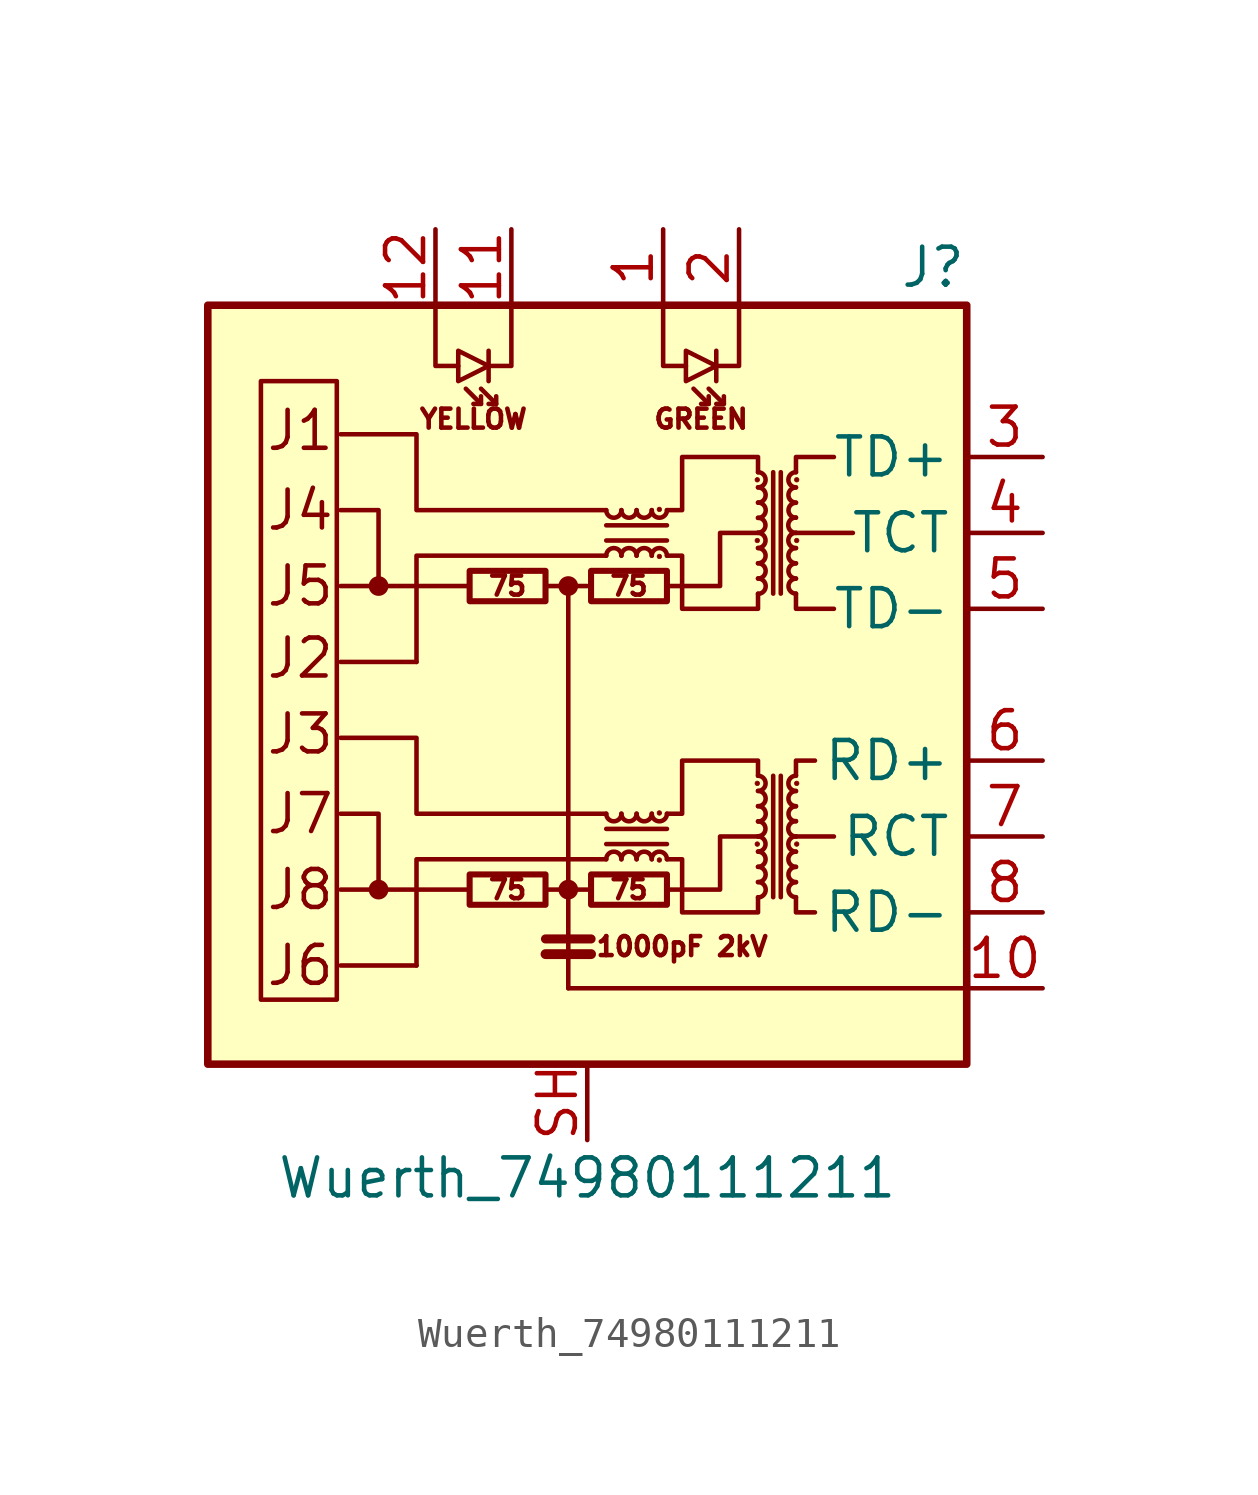
<source format=kicad_sym>
(kicad_symbol_lib
  (version 20220914)
  (generator kicad_symbol_editor)
  (symbol "Wuerth_74980111211"
    (property "Reference" "J"
      (at 12.7 13.97 0)
      (effects (font (size 1.27 1.27)) (justify right)))
    (property "Value" "Wuerth_74980111211"
      (at 0 -16.51 0)
      (effects (font (size 1.27 1.27))))
    (symbol "Wuerth_74980111211_0_0"
      (rectangle (start -12.7 12.7) (end 12.7 -12.7) (stroke (width 0.254) (type default)) (fill (type background)))
      (polyline (pts (xy -3.937 -6.858) (xy -8.255 -6.858)) (stroke (width 0) (type default)) (fill (type none)))
      (polyline (pts (xy -3.937 3.302) (xy -8.255 3.302)) (stroke (width 0) (type default)) (fill (type none)))
      (polyline (pts (xy -0.635 -10.16) (xy 12.7 -10.16)) (stroke (width 0) (type default)) (fill (type none)))
      (polyline (pts (xy 8.255 -5.08) (xy 6.985 -5.08)) (stroke (width 0) (type default)) (fill (type none)))
      (polyline (pts (xy 8.89 5.08) (xy 6.985 5.08)) (stroke (width 0) (type default)) (fill (type none)))
      (polyline (pts (xy 0.635 -4.318) (xy -5.715 -4.318) (xy -5.715 -1.778) (xy -8.255 -1.778)) (stroke (width 0) (type default)) (fill (type none)))
      (polyline (pts (xy 0.635 5.842) (xy -5.715 5.842) (xy -5.715 8.382) (xy -8.255 8.382)) (stroke (width 0) (type default)) (fill (type none)))
      (polyline (pts (xy 2.667 -6.858) (xy 4.445 -6.858) (xy 4.445 -5.08) (xy 5.715 -5.08)) (stroke (width 0) (type default)) (fill (type none)))
      (polyline (pts (xy 2.667 3.302) (xy 4.445 3.302) (xy 4.445 5.08) (xy 5.715 5.08)) (stroke (width 0) (type default)) (fill (type none)))
      (text "1000pF 2kV" (at 3.175 -8.763 0) (effects (font (size 0.635 0.635))))
      (text "75" (at -2.667 -6.858 0) (effects (font (size 0.635 0.635))))
      (text "75" (at -2.667 3.302 0) (effects (font (size 0.635 0.635))))
      (text "75" (at 1.397 -6.858 0) (effects (font (size 0.635 0.635))))
      (text "75" (at 1.397 3.302 0) (effects (font (size 0.635 0.635))))
      (text "GREEN" (at 3.81 8.89 0) (effects (font (size 0.635 0.635))))
      (text "J1" (at -10.795 8.509 0) (effects (font (size 1.27 1.27)) (justify left)))
      (text "J2" (at -10.795 0.889 0) (effects (font (size 1.27 1.27)) (justify left)))
      (text "J3" (at -10.795 -1.651 0) (effects (font (size 1.27 1.27)) (justify left)))
      (text "J4" (at -10.795 5.842 0) (effects (font (size 1.27 1.27)) (justify left)))
      (text "J5" (at -10.795 3.302 0) (effects (font (size 1.27 1.27)) (justify left)))
      (text "J6" (at -10.795 -9.398 0) (effects (font (size 1.27 1.27)) (justify left)))
      (text "J7" (at -10.795 -4.318 0) (effects (font (size 1.27 1.27)) (justify left)))
      (text "J8" (at -10.795 -6.858 0) (effects (font (size 1.27 1.27)) (justify left)))
      (text "YELLOW" (at -3.81 8.89 0) (effects (font (size 0.635 0.635)))))
    (symbol "Wuerth_74980111211_0_1"
      (rectangle (start -8.382 -10.541) (end -10.922 10.16) (stroke (width 0) (type default)) (fill (type none)))
      (circle (center -6.985 -6.858) (radius 0.254) (stroke (width 0) (type default)) (fill (type outline)))
      (circle (center -6.985 3.302) (radius 0.254) (stroke (width 0) (type default)) (fill (type outline)))
      (rectangle (start -3.937 -7.366) (end -1.397 -6.35) (stroke (width 0.203) (type default)) (fill (type none)))
      (rectangle (start -3.937 2.794) (end -1.397 3.81) (stroke (width 0.203) (type default)) (fill (type none)))
      (circle (center -0.635 -6.858) (radius 0.254) (stroke (width 0) (type default)) (fill (type outline)))
      (circle (center -0.635 3.302) (radius 0.254) (stroke (width 0) (type default)) (fill (type outline)))
      (polyline (pts (xy -5.715 -9.398) (xy -8.255 -9.398)) (stroke (width 0) (type default)) (fill (type none)))
      (polyline (pts (xy -5.715 0.762) (xy -8.255 0.762)) (stroke (width 0) (type default)) (fill (type none)))
      (polyline (pts (xy -3.556 9.398) (xy -4.064 9.906)) (stroke (width 0) (type default)) (fill (type none)))
      (polyline (pts (xy -3.302 11.176) (xy -3.302 10.16)) (stroke (width 0) (type default)) (fill (type none)))
      (polyline (pts (xy -3.048 9.398) (xy -3.556 9.906)) (stroke (width 0) (type default)) (fill (type none)))
      (polyline (pts (xy -1.397 -9.017) (xy 0.127 -9.017)) (stroke (width 0.33) (type default)) (fill (type none)))
      (polyline (pts (xy -1.397 -8.509) (xy 0.127 -8.509)) (stroke (width 0.305) (type default)) (fill (type none)))
      (polyline (pts (xy -0.635 3.302) (xy -1.397 3.302)) (stroke (width 0) (type default)) (fill (type none)))
      (polyline (pts (xy 0.127 -6.858) (xy -1.397 -6.858)) (stroke (width 0) (type default)) (fill (type none)))
      (polyline (pts (xy 0.635 -5.334) (xy 2.667 -5.334)) (stroke (width 0) (type default)) (fill (type none)))
      (polyline (pts (xy 0.635 4.826) (xy 2.667 4.826)) (stroke (width 0) (type default)) (fill (type none)))
      (polyline (pts (xy 2.667 -4.826) (xy 0.635 -4.826)) (stroke (width 0) (type default)) (fill (type none)))
      (polyline (pts (xy 2.667 5.334) (xy 0.635 5.334)) (stroke (width 0) (type default)) (fill (type none)))
      (polyline (pts (xy 4.064 9.398) (xy 3.556 9.906)) (stroke (width 0) (type default)) (fill (type none)))
      (polyline (pts (xy 4.318 11.176) (xy 4.318 10.16)) (stroke (width 0) (type default)) (fill (type none)))
      (polyline (pts (xy 4.572 9.398) (xy 4.064 9.906)) (stroke (width 0) (type default)) (fill (type none)))
      (polyline (pts (xy 6.223 -3.048) (xy 6.223 -7.112)) (stroke (width 0) (type default)) (fill (type none)))
      (polyline (pts (xy 6.223 7.112) (xy 6.223 3.048)) (stroke (width 0) (type default)) (fill (type none)))
      (polyline (pts (xy 6.477 -7.112) (xy 6.477 -3.048)) (stroke (width 0) (type default)) (fill (type none)))
      (polyline (pts (xy 6.477 3.048) (xy 6.477 7.112)) (stroke (width 0) (type default)) (fill (type none)))
      (polyline (pts (xy -6.985 -6.858) (xy -6.985 -4.318) (xy -8.255 -4.318)) (stroke (width 0) (type default)) (fill (type none)))
      (polyline (pts (xy -6.985 3.302) (xy -6.985 5.842) (xy -8.255 5.842)) (stroke (width 0) (type default)) (fill (type none)))
      (polyline (pts (xy -5.08 12.7) (xy -5.08 10.668) (xy -4.318 10.668)) (stroke (width 0) (type default)) (fill (type none)))
      (polyline (pts (xy -3.556 9.652) (xy -3.556 9.398) (xy -3.81 9.398)) (stroke (width 0) (type default)) (fill (type none)))
      (polyline (pts (xy -3.048 9.652) (xy -3.048 9.398) (xy -3.302 9.398)) (stroke (width 0) (type default)) (fill (type none)))
      (polyline (pts (xy -2.54 12.7) (xy -2.54 10.668) (xy -3.302 10.668)) (stroke (width 0) (type default)) (fill (type none)))
      (polyline (pts (xy -0.635 -10.16) (xy -0.635 3.302) (xy 0 3.302)) (stroke (width 0) (type default)) (fill (type none)))
      (polyline (pts (xy 0.635 -5.842) (xy -5.715 -5.842) (xy -5.715 -9.398)) (stroke (width 0) (type default)) (fill (type none)))
      (polyline (pts (xy 0.635 4.318) (xy -5.715 4.318) (xy -5.715 0.762)) (stroke (width 0) (type default)) (fill (type none)))
      (polyline (pts (xy 2.54 12.7) (xy 2.54 10.668) (xy 3.302 10.668)) (stroke (width 0) (type default)) (fill (type none)))
      (polyline (pts (xy 4.064 9.652) (xy 4.064 9.398) (xy 3.81 9.398)) (stroke (width 0) (type default)) (fill (type none)))
      (polyline (pts (xy 4.572 9.652) (xy 4.572 9.398) (xy 4.318 9.398)) (stroke (width 0) (type default)) (fill (type none)))
      (polyline (pts (xy 5.08 12.7) (xy 5.08 10.668) (xy 4.318 10.668)) (stroke (width 0) (type default)) (fill (type none)))
      (polyline (pts (xy 6.985 -7.112) (xy 6.985 -7.62) (xy 7.62 -7.62)) (stroke (width 0) (type default)) (fill (type none)))
      (polyline (pts (xy 6.985 -3.048) (xy 6.985 -2.54) (xy 7.62 -2.54)) (stroke (width 0) (type default)) (fill (type none)))
      (polyline (pts (xy 6.985 3.048) (xy 6.985 2.54) (xy 8.255 2.54)) (stroke (width 0) (type default)) (fill (type none)))
      (polyline (pts (xy 6.985 7.112) (xy 6.985 7.62) (xy 8.255 7.62)) (stroke (width 0) (type default)) (fill (type none)))
      (polyline (pts (xy -3.302 10.668) (xy -4.318 11.176) (xy -4.318 10.16) (xy -3.302 10.668)) (stroke (width 0) (type default)) (fill (type none)))
      (polyline (pts (xy 4.318 10.668) (xy 3.302 11.176) (xy 3.302 10.16) (xy 4.318 10.668)) (stroke (width 0) (type default)) (fill (type none)))
      (polyline (pts (xy 2.667 -4.318) (xy 3.175 -4.318) (xy 3.175 -2.54) (xy 5.715 -2.54) (xy 5.715 -3.048)) (stroke (width 0) (type default)) (fill (type none)))
      (polyline (pts (xy 2.667 5.842) (xy 3.175 5.842) (xy 3.175 7.62) (xy 5.715 7.62) (xy 5.715 7.112)) (stroke (width 0) (type default)) (fill (type none)))
      (polyline (pts (xy 5.715 -7.112) (xy 5.715 -7.62) (xy 3.175 -7.62) (xy 3.175 -5.842) (xy 2.667 -5.842)) (stroke (width 0) (type default)) (fill (type none)))
      (polyline (pts (xy 5.715 3.048) (xy 5.715 2.54) (xy 3.175 2.54) (xy 3.175 4.318) (xy 2.667 4.318)) (stroke (width 0) (type default)) (fill (type none)))
      (rectangle (start 0.127 -7.366) (end 2.667 -6.35) (stroke (width 0.203) (type default)) (fill (type none)))
      (rectangle (start 0.127 2.794) (end 2.667 3.81) (stroke (width 0.203) (type default)) (fill (type none)))
      (arc (start 0.635 -4.318) (mid 0.889 -4.5709) (end 1.143 -4.318) (stroke (width 0) (type default)) (fill (type none)))
      (arc (start 0.635 5.842) (mid 0.889 5.5891) (end 1.143 5.842) (stroke (width 0) (type default)) (fill (type none)))
      (arc (start 1.143 -5.842) (mid 0.889 -5.5891) (end 0.635 -5.842) (stroke (width 0) (type default)) (fill (type none)))
      (arc (start 1.143 -4.318) (mid 1.397 -4.5709) (end 1.651 -4.318) (stroke (width 0) (type default)) (fill (type none)))
      (arc (start 1.143 4.318) (mid 0.889 4.5709) (end 0.635 4.318) (stroke (width 0) (type default)) (fill (type none)))
      (arc (start 1.143 5.842) (mid 1.397 5.5891) (end 1.651 5.842) (stroke (width 0) (type default)) (fill (type none)))
      (arc (start 1.651 -5.842) (mid 1.397 -5.5891) (end 1.143 -5.842) (stroke (width 0) (type default)) (fill (type none)))
      (arc (start 1.651 -4.318) (mid 1.905 -4.5709) (end 2.159 -4.318) (stroke (width 0) (type default)) (fill (type none)))
      (arc (start 1.651 4.318) (mid 1.397 4.5709) (end 1.143 4.318) (stroke (width 0) (type default)) (fill (type none)))
      (arc (start 1.651 5.842) (mid 1.905 5.5891) (end 2.159 5.842) (stroke (width 0) (type default)) (fill (type none)))
      (arc (start 2.159 -5.842) (mid 1.905 -5.5891) (end 1.651 -5.842) (stroke (width 0) (type default)) (fill (type none)))
      (arc (start 2.159 -4.318) (mid 2.413 -4.5709) (end 2.667 -4.318) (stroke (width 0) (type default)) (fill (type none)))
      (arc (start 2.159 4.318) (mid 1.905 4.5709) (end 1.651 4.318) (stroke (width 0) (type default)) (fill (type none)))
      (arc (start 2.159 5.842) (mid 2.413 5.5891) (end 2.667 5.842) (stroke (width 0) (type default)) (fill (type none)))
      (circle (center 2.413 -5.867) (radius 0.076) (stroke (width 0.025) (type default)) (fill (type outline)))
      (circle (center 2.413 -4.293) (radius 0.076) (stroke (width 0.025) (type default)) (fill (type outline)))
      (circle (center 2.413 4.293) (radius 0.076) (stroke (width 0.025) (type default)) (fill (type outline)))
      (circle (center 2.413 5.867) (radius 0.076) (stroke (width 0.025) (type default)) (fill (type outline)))
      (arc (start 2.667 -5.842) (mid 2.413 -5.5891) (end 2.159 -5.842) (stroke (width 0) (type default)) (fill (type none)))
      (arc (start 2.667 4.318) (mid 2.413 4.5709) (end 2.159 4.318) (stroke (width 0) (type default)) (fill (type none)))
      (circle (center 5.69 -5.334) (radius 0.076) (stroke (width 0.025) (type default)) (fill (type outline)))
      (circle (center 5.69 -3.302) (radius 0.076) (stroke (width 0.025) (type default)) (fill (type outline)))
      (circle (center 5.69 4.826) (radius 0.076) (stroke (width 0.025) (type default)) (fill (type outline)))
      (circle (center 5.69 6.858) (radius 0.076) (stroke (width 0.025) (type default)) (fill (type outline)))
      (arc (start 5.715 -7.112) (mid 5.9679 -6.858) (end 5.715 -6.604) (stroke (width 0) (type default)) (fill (type none)))
      (arc (start 5.715 -6.604) (mid 5.9679 -6.35) (end 5.715 -6.096) (stroke (width 0) (type default)) (fill (type none)))
      (arc (start 5.715 -6.096) (mid 5.9679 -5.842) (end 5.715 -5.588) (stroke (width 0) (type default)) (fill (type none)))
      (arc (start 5.715 -5.588) (mid 5.9679 -5.334) (end 5.715 -5.08) (stroke (width 0) (type default)) (fill (type none)))
      (arc (start 5.715 -5.08) (mid 5.9679 -4.826) (end 5.715 -4.572) (stroke (width 0) (type default)) (fill (type none)))
      (arc (start 5.715 -4.572) (mid 5.9679 -4.318) (end 5.715 -4.064) (stroke (width 0) (type default)) (fill (type none)))
      (arc (start 5.715 -4.064) (mid 5.9679 -3.81) (end 5.715 -3.556) (stroke (width 0) (type default)) (fill (type none)))
      (arc (start 5.715 -3.556) (mid 5.9679 -3.302) (end 5.715 -3.048) (stroke (width 0) (type default)) (fill (type none)))
      (arc (start 5.715 3.048) (mid 5.9679 3.302) (end 5.715 3.556) (stroke (width 0) (type default)) (fill (type none)))
      (arc (start 5.715 3.556) (mid 5.9679 3.81) (end 5.715 4.064) (stroke (width 0) (type default)) (fill (type none)))
      (arc (start 5.715 4.064) (mid 5.9679 4.318) (end 5.715 4.572) (stroke (width 0) (type default)) (fill (type none)))
      (arc (start 5.715 4.572) (mid 5.9679 4.826) (end 5.715 5.08) (stroke (width 0) (type default)) (fill (type none)))
      (arc (start 5.715 5.08) (mid 5.9679 5.334) (end 5.715 5.588) (stroke (width 0) (type default)) (fill (type none)))
      (arc (start 5.715 5.588) (mid 5.9679 5.842) (end 5.715 6.096) (stroke (width 0) (type default)) (fill (type none)))
      (arc (start 5.715 6.096) (mid 5.9679 6.35) (end 5.715 6.604) (stroke (width 0) (type default)) (fill (type none)))
      (arc (start 5.715 6.604) (mid 5.9679 6.858) (end 5.715 7.112) (stroke (width 0) (type default)) (fill (type none)))
      (arc (start 6.985 -6.604) (mid 6.7321 -6.858) (end 6.985 -7.112) (stroke (width 0) (type default)) (fill (type none)))
      (arc (start 6.985 -6.096) (mid 6.7321 -6.35) (end 6.985 -6.604) (stroke (width 0) (type default)) (fill (type none)))
      (arc (start 6.985 -5.588) (mid 6.7321 -5.842) (end 6.985 -6.096) (stroke (width 0) (type default)) (fill (type none)))
      (arc (start 6.985 -5.08) (mid 6.7321 -5.334) (end 6.985 -5.588) (stroke (width 0) (type default)) (fill (type none)))
      (arc (start 6.985 -4.572) (mid 6.7321 -4.826) (end 6.985 -5.08) (stroke (width 0) (type default)) (fill (type none)))
      (arc (start 6.985 -4.064) (mid 6.7321 -4.318) (end 6.985 -4.572) (stroke (width 0) (type default)) (fill (type none)))
      (arc (start 6.985 -3.556) (mid 6.7321 -3.81) (end 6.985 -4.064) (stroke (width 0) (type default)) (fill (type none)))
      (arc (start 6.985 -3.048) (mid 6.7321 -3.302) (end 6.985 -3.556) (stroke (width 0) (type default)) (fill (type none)))
      (arc (start 6.985 3.556) (mid 6.7321 3.302) (end 6.985 3.048) (stroke (width 0) (type default)) (fill (type none)))
      (arc (start 6.985 4.064) (mid 6.7321 3.81) (end 6.985 3.556) (stroke (width 0) (type default)) (fill (type none)))
      (arc (start 6.985 4.572) (mid 6.7321 4.318) (end 6.985 4.064) (stroke (width 0) (type default)) (fill (type none)))
      (arc (start 6.985 5.08) (mid 6.7321 4.826) (end 6.985 4.572) (stroke (width 0) (type default)) (fill (type none)))
      (arc (start 6.985 5.588) (mid 6.7321 5.334) (end 6.985 5.08) (stroke (width 0) (type default)) (fill (type none)))
      (arc (start 6.985 6.096) (mid 6.7321 5.842) (end 6.985 5.588) (stroke (width 0) (type default)) (fill (type none)))
      (arc (start 6.985 6.604) (mid 6.7321 6.35) (end 6.985 6.096) (stroke (width 0) (type default)) (fill (type none)))
      (arc (start 6.985 7.112) (mid 6.7321 6.858) (end 6.985 6.604) (stroke (width 0) (type default)) (fill (type none)))
      (circle (center 7.01 -5.334) (radius 0.076) (stroke (width 0.025) (type default)) (fill (type outline)))
      (circle (center 7.01 -3.302) (radius 0.076) (stroke (width 0.025) (type default)) (fill (type outline)))
      (circle (center 7.01 4.826) (radius 0.076) (stroke (width 0.025) (type default)) (fill (type outline)))
      (circle (center 7.01 6.858) (radius 0.076) (stroke (width 0.025) (type default)) (fill (type outline))))
    (symbol "Wuerth_74980111211_1_1"
      (pin passive line (at 2.54 15.24 270) (length 2.54) (name "~" (effects (font (size 1.27 1.27)))) (number "1" (effects (font (size 1.27 1.27)))))
      (pin passive line (at 15.24 -10.16 180) (length 2.54) (name "~" (effects (font (size 1.27 1.27)))) (number "10" (effects (font (size 1.27 1.27)))))
      (pin passive line (at -2.54 15.24 270) (length 2.54) (name "~" (effects (font (size 1.27 1.27)))) (number "11" (effects (font (size 1.27 1.27)))))
      (pin passive line (at -5.08 15.24 270) (length 2.54) (name "~" (effects (font (size 1.27 1.27)))) (number "12" (effects (font (size 1.27 1.27)))))
      (pin passive line (at 5.08 15.24 270) (length 2.54) (name "~" (effects (font (size 1.27 1.27)))) (number "2" (effects (font (size 1.27 1.27)))))
      (pin passive line (at 15.24 7.62 180) (length 2.54) (name "TD+" (effects (font (size 1.27 1.27)))) (number "3" (effects (font (size 1.27 1.27)))))
      (pin passive line (at 15.24 5.08 180) (length 2.54) (name "TCT" (effects (font (size 1.27 1.27)))) (number "4" (effects (font (size 1.27 1.27)))))
      (pin passive line (at 15.24 2.54 180) (length 2.54) (name "TD-" (effects (font (size 1.27 1.27)))) (number "5" (effects (font (size 1.27 1.27)))))
      (pin passive line (at 15.24 -2.54 180) (length 2.54) (name "RD+" (effects (font (size 1.27 1.27)))) (number "6" (effects (font (size 1.27 1.27)))))
      (pin passive line (at 15.24 -5.08 180) (length 2.54) (name "RCT" (effects (font (size 1.27 1.27)))) (number "7" (effects (font (size 1.27 1.27)))))
      (pin passive line (at 15.24 -7.62 180) (length 2.54) (name "RD-" (effects (font (size 1.27 1.27)))) (number "8" (effects (font (size 1.27 1.27)))))
      (pin passive line (at 0 -15.24 90) (length 2.54) (name "~" (effects (font (size 1.27 1.27)))) (number "SH" (effects (font (size 1.27 1.27))))))))
</source>
